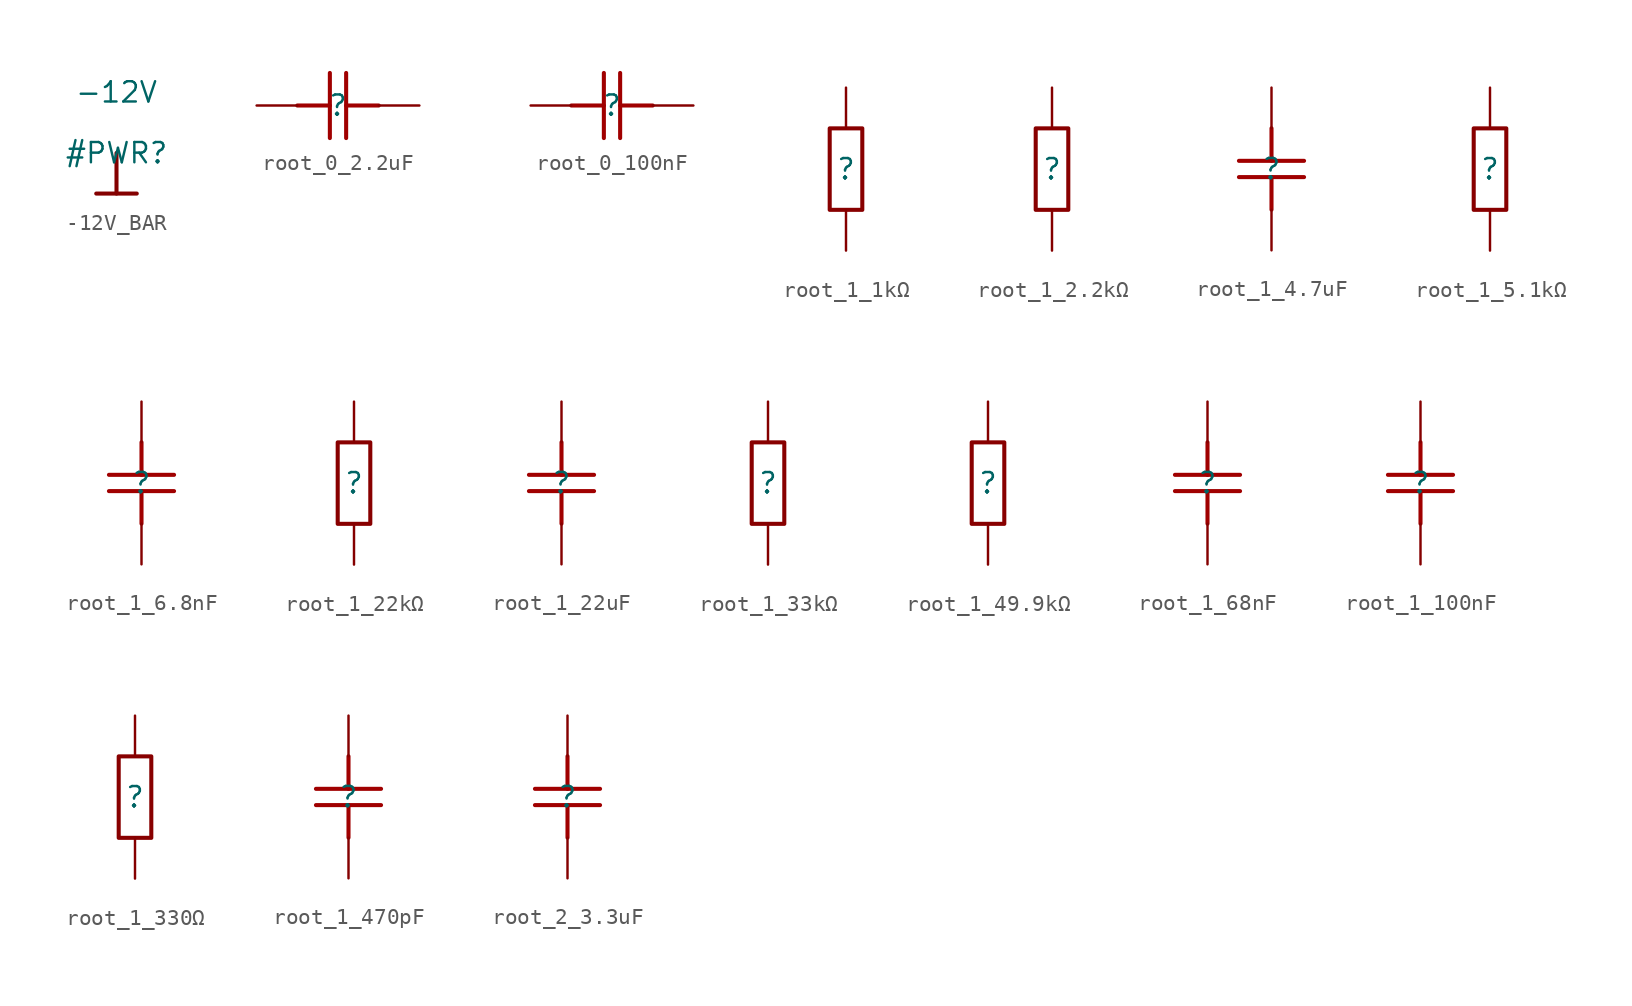
<source format=kicad_sym>
(kicad_symbol_lib
  (version 20231120)
  (generator "kicad_symbol_editor")
  (generator_version "8.0")
  (symbol "-12V_BAR"
    (power)
    (property "Reference" "#PWR"
      (at 0 0 0)
      (effects (font (size 1.27 1.27))))
    (property "Value" "-12V"
      (at 0 3.81 0)
      (effects (font (size 1.27 1.27))))
    (symbol "-12V_BAR_0_0"
      (polyline (pts (xy -1.27 -2.54) (xy 1.27 -2.54)) (stroke (width 0.254) (type solid)) (fill (type none)))
      (polyline (pts (xy 0 0) (xy 0 -2.54)) (stroke (width 0.254) (type solid)) (fill (type none)))
      (pin power_in line (at 0 0 0) (length 0) hide (name "-12V" (effects (font (size 1.27 1.27)))) (number "" (effects (font (size 1.27 1.27)))))))
  (symbol "root_0_2.2uF"
    (property "Reference" ""
      (at 0 0 0)
      (effects (font (size 1.27 1.27))))
    (property "Value" ""
      (at 0 0 0)
      (effects (font (size 1.27 1.27))))
    (symbol "root_0_2.2uF_1_0"
      (polyline (pts (xy -0.508 -2.032) (xy -0.508 2.032)) (stroke (width 0.254) (type solid) (color 160 0 0 1)) (fill (type none)))
      (polyline (pts (xy -0.508 0) (xy -2.54 0)) (stroke (width 0.254) (type solid) (color 160 0 0 1)) (fill (type none)))
      (polyline (pts (xy 0.508 2.032) (xy 0.508 -2.032)) (stroke (width 0.254) (type solid) (color 160 0 0 1)) (fill (type none)))
      (polyline (pts (xy 2.54 0) (xy 0.508 0)) (stroke (width 0.254) (type solid) (color 160 0 0 1)) (fill (type none)))
      (pin passive line (at -5.08 0 0) (length 2.54) (name "1" (effects (font (size 0 0)))) (number "1" (effects (font (size 0 0)))))
      (pin passive line (at 5.08 0 180) (length 2.54) (name "2" (effects (font (size 0 0)))) (number "2" (effects (font (size 0 0)))))))
  (symbol "root_0_100nF"
    (property "Reference" ""
      (at 0 0 0)
      (effects (font (size 1.27 1.27))))
    (property "Value" ""
      (at 0 0 0)
      (effects (font (size 1.27 1.27))))
    (symbol "root_0_100nF_1_0"
      (polyline (pts (xy -0.508 -2.032) (xy -0.508 2.032)) (stroke (width 0.254) (type solid) (color 160 0 0 1)) (fill (type none)))
      (polyline (pts (xy -0.508 0) (xy -2.54 0)) (stroke (width 0.254) (type solid) (color 160 0 0 1)) (fill (type none)))
      (polyline (pts (xy 0.508 2.032) (xy 0.508 -2.032)) (stroke (width 0.254) (type solid) (color 160 0 0 1)) (fill (type none)))
      (polyline (pts (xy 2.54 0) (xy 0.508 0)) (stroke (width 0.254) (type solid) (color 160 0 0 1)) (fill (type none)))
      (pin passive line (at -5.08 0 0) (length 2.54) (name "1" (effects (font (size 0 0)))) (number "1" (effects (font (size 0 0)))))
      (pin passive line (at 5.08 0 180) (length 2.54) (name "2" (effects (font (size 0 0)))) (number "2" (effects (font (size 0 0)))))))
  (symbol "root_1_1kΩ"
    (property "Reference" ""
      (at 0 0 0)
      (effects (font (size 1.27 1.27))))
    (property "Value" ""
      (at 0 0 0)
      (effects (font (size 1.27 1.27))))
    (symbol "root_1_1kΩ_1_0"
      (rectangle (start -1.016 2.54) (end 1.016 -2.54) (stroke (width 0.254) (type solid) (color 136 0 0 1)) (fill (type none)))
      (pin passive line (at 0 -5.08 90) (length 2.54) (name "1" (effects (font (size 0 0)))) (number "1" (effects (font (size 0 0)))))
      (pin passive line (at 0 5.08 270) (length 2.54) (name "2" (effects (font (size 0 0)))) (number "2" (effects (font (size 0 0)))))))
  (symbol "root_1_2.2kΩ"
    (property "Reference" ""
      (at 0 0 0)
      (effects (font (size 1.27 1.27))))
    (property "Value" ""
      (at 0 0 0)
      (effects (font (size 1.27 1.27))))
    (symbol "root_1_2.2kΩ_1_0"
      (rectangle (start -1.016 2.54) (end 1.016 -2.54) (stroke (width 0.254) (type solid) (color 136 0 0 1)) (fill (type none)))
      (pin passive line (at 0 -5.08 90) (length 2.54) (name "1" (effects (font (size 0 0)))) (number "1" (effects (font (size 0 0)))))
      (pin passive line (at 0 5.08 270) (length 2.54) (name "2" (effects (font (size 0 0)))) (number "2" (effects (font (size 0 0)))))))
  (symbol "root_1_4.7uF"
    (property "Reference" ""
      (at 0 0 0)
      (effects (font (size 1.27 1.27))))
    (property "Value" ""
      (at 0 0 0)
      (effects (font (size 1.27 1.27))))
    (symbol "root_1_4.7uF_1_0"
      (polyline (pts (xy -2.032 0.508) (xy 2.032 0.508)) (stroke (width 0.254) (type solid) (color 160 0 0 1)) (fill (type none)))
      (polyline (pts (xy 0 -0.508) (xy 0 -2.54)) (stroke (width 0.254) (type solid) (color 160 0 0 1)) (fill (type none)))
      (polyline (pts (xy 0 2.54) (xy 0 0.508)) (stroke (width 0.254) (type solid) (color 160 0 0 1)) (fill (type none)))
      (polyline (pts (xy 2.032 -0.508) (xy -2.032 -0.508)) (stroke (width 0.254) (type solid) (color 160 0 0 1)) (fill (type none)))
      (pin passive line (at 0 -5.08 90) (length 2.54) (name "1" (effects (font (size 0 0)))) (number "1" (effects (font (size 0 0)))))
      (pin passive line (at 0 5.08 270) (length 2.54) (name "2" (effects (font (size 0 0)))) (number "2" (effects (font (size 0 0)))))))
  (symbol "root_1_5.1kΩ"
    (property "Reference" ""
      (at 0 0 0)
      (effects (font (size 1.27 1.27))))
    (property "Value" ""
      (at 0 0 0)
      (effects (font (size 1.27 1.27))))
    (symbol "root_1_5.1kΩ_1_0"
      (rectangle (start -1.016 2.54) (end 1.016 -2.54) (stroke (width 0.254) (type solid) (color 136 0 0 1)) (fill (type none)))
      (pin passive line (at 0 -5.08 90) (length 2.54) (name "1" (effects (font (size 0 0)))) (number "1" (effects (font (size 0 0)))))
      (pin passive line (at 0 5.08 270) (length 2.54) (name "2" (effects (font (size 0 0)))) (number "2" (effects (font (size 0 0)))))))
  (symbol "root_1_6.8nF"
    (property "Reference" ""
      (at 0 0 0)
      (effects (font (size 1.27 1.27))))
    (property "Value" ""
      (at 0 0 0)
      (effects (font (size 1.27 1.27))))
    (symbol "root_1_6.8nF_1_0"
      (polyline (pts (xy -2.032 0.508) (xy 2.032 0.508)) (stroke (width 0.254) (type solid) (color 160 0 0 1)) (fill (type none)))
      (polyline (pts (xy 0 -2.54) (xy 0 -0.508)) (stroke (width 0.254) (type solid) (color 160 0 0 1)) (fill (type none)))
      (polyline (pts (xy 0 0.508) (xy 0 2.54)) (stroke (width 0.254) (type solid) (color 160 0 0 1)) (fill (type none)))
      (polyline (pts (xy 2.032 -0.508) (xy -2.032 -0.508)) (stroke (width 0.254) (type solid) (color 160 0 0 1)) (fill (type none)))
      (pin passive line (at 0 5.08 270) (length 2.54) (name "1" (effects (font (size 0 0)))) (number "1" (effects (font (size 0 0)))))
      (pin passive line (at 0 -5.08 90) (length 2.54) (name "2" (effects (font (size 0 0)))) (number "2" (effects (font (size 0 0)))))))
  (symbol "root_1_22kΩ"
    (property "Reference" ""
      (at 0 0 0)
      (effects (font (size 1.27 1.27))))
    (property "Value" ""
      (at 0 0 0)
      (effects (font (size 1.27 1.27))))
    (symbol "root_1_22kΩ_1_0"
      (rectangle (start -1.016 2.54) (end 1.016 -2.54) (stroke (width 0.254) (type solid) (color 136 0 0 1)) (fill (type none)))
      (pin passive line (at 0 -5.08 90) (length 2.54) (name "1" (effects (font (size 0 0)))) (number "1" (effects (font (size 0 0)))))
      (pin passive line (at 0 5.08 270) (length 2.54) (name "2" (effects (font (size 0 0)))) (number "2" (effects (font (size 0 0)))))))
  (symbol "root_1_22uF"
    (property "Reference" ""
      (at 0 0 0)
      (effects (font (size 1.27 1.27))))
    (property "Value" ""
      (at 0 0 0)
      (effects (font (size 1.27 1.27))))
    (symbol "root_1_22uF_1_0"
      (polyline (pts (xy -2.032 0.508) (xy 2.032 0.508)) (stroke (width 0.254) (type solid) (color 160 0 0 1)) (fill (type none)))
      (polyline (pts (xy 0 -0.508) (xy 0 -2.54)) (stroke (width 0.254) (type solid) (color 160 0 0 1)) (fill (type none)))
      (polyline (pts (xy 0 2.54) (xy 0 0.508)) (stroke (width 0.254) (type solid) (color 160 0 0 1)) (fill (type none)))
      (polyline (pts (xy 2.032 -0.508) (xy -2.032 -0.508)) (stroke (width 0.254) (type solid) (color 160 0 0 1)) (fill (type none)))
      (pin passive line (at 0 -5.08 90) (length 2.54) (name "1" (effects (font (size 0 0)))) (number "1" (effects (font (size 0 0)))))
      (pin passive line (at 0 5.08 270) (length 2.54) (name "2" (effects (font (size 0 0)))) (number "2" (effects (font (size 0 0)))))))
  (symbol "root_1_33kΩ"
    (property "Reference" ""
      (at 0 0 0)
      (effects (font (size 1.27 1.27))))
    (property "Value" ""
      (at 0 0 0)
      (effects (font (size 1.27 1.27))))
    (symbol "root_1_33kΩ_1_0"
      (rectangle (start -1.016 2.54) (end 1.016 -2.54) (stroke (width 0.254) (type solid) (color 136 0 0 1)) (fill (type none)))
      (pin passive line (at 0 -5.08 90) (length 2.54) (name "1" (effects (font (size 0 0)))) (number "1" (effects (font (size 0 0)))))
      (pin passive line (at 0 5.08 270) (length 2.54) (name "2" (effects (font (size 0 0)))) (number "2" (effects (font (size 0 0)))))))
  (symbol "root_1_49.9kΩ"
    (property "Reference" ""
      (at 0 0 0)
      (effects (font (size 1.27 1.27))))
    (property "Value" ""
      (at 0 0 0)
      (effects (font (size 1.27 1.27))))
    (symbol "root_1_49.9kΩ_1_0"
      (rectangle (start -1.016 2.54) (end 1.016 -2.54) (stroke (width 0.254) (type solid) (color 136 0 0 1)) (fill (type none)))
      (pin passive line (at 0 -5.08 90) (length 2.54) (name "1" (effects (font (size 0 0)))) (number "1" (effects (font (size 0 0)))))
      (pin passive line (at 0 5.08 270) (length 2.54) (name "2" (effects (font (size 0 0)))) (number "2" (effects (font (size 0 0)))))))
  (symbol "root_1_68nF"
    (property "Reference" ""
      (at 0 0 0)
      (effects (font (size 1.27 1.27))))
    (property "Value" ""
      (at 0 0 0)
      (effects (font (size 1.27 1.27))))
    (symbol "root_1_68nF_1_0"
      (polyline (pts (xy -2.032 0.508) (xy 2.032 0.508)) (stroke (width 0.254) (type solid) (color 160 0 0 1)) (fill (type none)))
      (polyline (pts (xy 0 -0.508) (xy 0 -2.54)) (stroke (width 0.254) (type solid) (color 160 0 0 1)) (fill (type none)))
      (polyline (pts (xy 0 2.54) (xy 0 0.508)) (stroke (width 0.254) (type solid) (color 160 0 0 1)) (fill (type none)))
      (polyline (pts (xy 2.032 -0.508) (xy -2.032 -0.508)) (stroke (width 0.254) (type solid) (color 160 0 0 1)) (fill (type none)))
      (pin passive line (at 0 -5.08 90) (length 2.54) (name "1" (effects (font (size 0 0)))) (number "1" (effects (font (size 0 0)))))
      (pin passive line (at 0 5.08 270) (length 2.54) (name "2" (effects (font (size 0 0)))) (number "2" (effects (font (size 0 0)))))))
  (symbol "root_1_100nF"
    (property "Reference" ""
      (at 0 0 0)
      (effects (font (size 1.27 1.27))))
    (property "Value" ""
      (at 0 0 0)
      (effects (font (size 1.27 1.27))))
    (symbol "root_1_100nF_1_0"
      (polyline (pts (xy -2.032 0.508) (xy 2.032 0.508)) (stroke (width 0.254) (type solid) (color 160 0 0 1)) (fill (type none)))
      (polyline (pts (xy 0 -0.508) (xy 0 -2.54)) (stroke (width 0.254) (type solid) (color 160 0 0 1)) (fill (type none)))
      (polyline (pts (xy 0 2.54) (xy 0 0.508)) (stroke (width 0.254) (type solid) (color 160 0 0 1)) (fill (type none)))
      (polyline (pts (xy 2.032 -0.508) (xy -2.032 -0.508)) (stroke (width 0.254) (type solid) (color 160 0 0 1)) (fill (type none)))
      (pin passive line (at 0 -5.08 90) (length 2.54) (name "1" (effects (font (size 0 0)))) (number "1" (effects (font (size 0 0)))))
      (pin passive line (at 0 5.08 270) (length 2.54) (name "2" (effects (font (size 0 0)))) (number "2" (effects (font (size 0 0)))))))
  (symbol "root_1_330Ω"
    (property "Reference" ""
      (at 0 0 0)
      (effects (font (size 1.27 1.27))))
    (property "Value" ""
      (at 0 0 0)
      (effects (font (size 1.27 1.27))))
    (symbol "root_1_330Ω_1_0"
      (rectangle (start -1.016 2.54) (end 1.016 -2.54) (stroke (width 0.254) (type solid) (color 136 0 0 1)) (fill (type none)))
      (pin passive line (at 0 -5.08 90) (length 2.54) (name "1" (effects (font (size 0 0)))) (number "1" (effects (font (size 0 0)))))
      (pin passive line (at 0 5.08 270) (length 2.54) (name "2" (effects (font (size 0 0)))) (number "2" (effects (font (size 0 0)))))))
  (symbol "root_1_470pF"
    (property "Reference" ""
      (at 0 0 0)
      (effects (font (size 1.27 1.27))))
    (property "Value" ""
      (at 0 0 0)
      (effects (font (size 1.27 1.27))))
    (symbol "root_1_470pF_1_0"
      (polyline (pts (xy -2.032 0.508) (xy 2.032 0.508)) (stroke (width 0.254) (type solid) (color 160 0 0 1)) (fill (type none)))
      (polyline (pts (xy 0 -0.508) (xy 0 -2.54)) (stroke (width 0.254) (type solid) (color 160 0 0 1)) (fill (type none)))
      (polyline (pts (xy 0 2.54) (xy 0 0.508)) (stroke (width 0.254) (type solid) (color 160 0 0 1)) (fill (type none)))
      (polyline (pts (xy 2.032 -0.508) (xy -2.032 -0.508)) (stroke (width 0.254) (type solid) (color 160 0 0 1)) (fill (type none)))
      (pin passive line (at 0 -5.08 90) (length 2.54) (name "1" (effects (font (size 0 0)))) (number "1" (effects (font (size 0 0)))))
      (pin passive line (at 0 5.08 270) (length 2.54) (name "2" (effects (font (size 0 0)))) (number "2" (effects (font (size 0 0)))))))
  (symbol "root_2_3.3uF"
    (property "Reference" ""
      (at 0 0 0)
      (effects (font (size 1.27 1.27))))
    (property "Value" ""
      (at 0 0 0)
      (effects (font (size 1.27 1.27))))
    (symbol "root_2_3.3uF_1_0"
      (polyline (pts (xy -2.032 0.508) (xy 2.032 0.508)) (stroke (width 0.254) (type solid) (color 160 0 0 1)) (fill (type none)))
      (polyline (pts (xy 0 -2.54) (xy 0 -0.508)) (stroke (width 0.254) (type solid) (color 160 0 0 1)) (fill (type none)))
      (polyline (pts (xy 0 0.508) (xy 0 2.54)) (stroke (width 0.254) (type solid) (color 160 0 0 1)) (fill (type none)))
      (polyline (pts (xy 2.032 -0.508) (xy -2.032 -0.508)) (stroke (width 0.254) (type solid) (color 160 0 0 1)) (fill (type none)))
      (pin passive line (at 0 5.08 270) (length 2.54) (name "1" (effects (font (size 0 0)))) (number "1" (effects (font (size 0 0)))))
      (pin passive line (at 0 -5.08 90) (length 2.54) (name "2" (effects (font (size 0 0)))) (number "2" (effects (font (size 0 0))))))))
</source>
